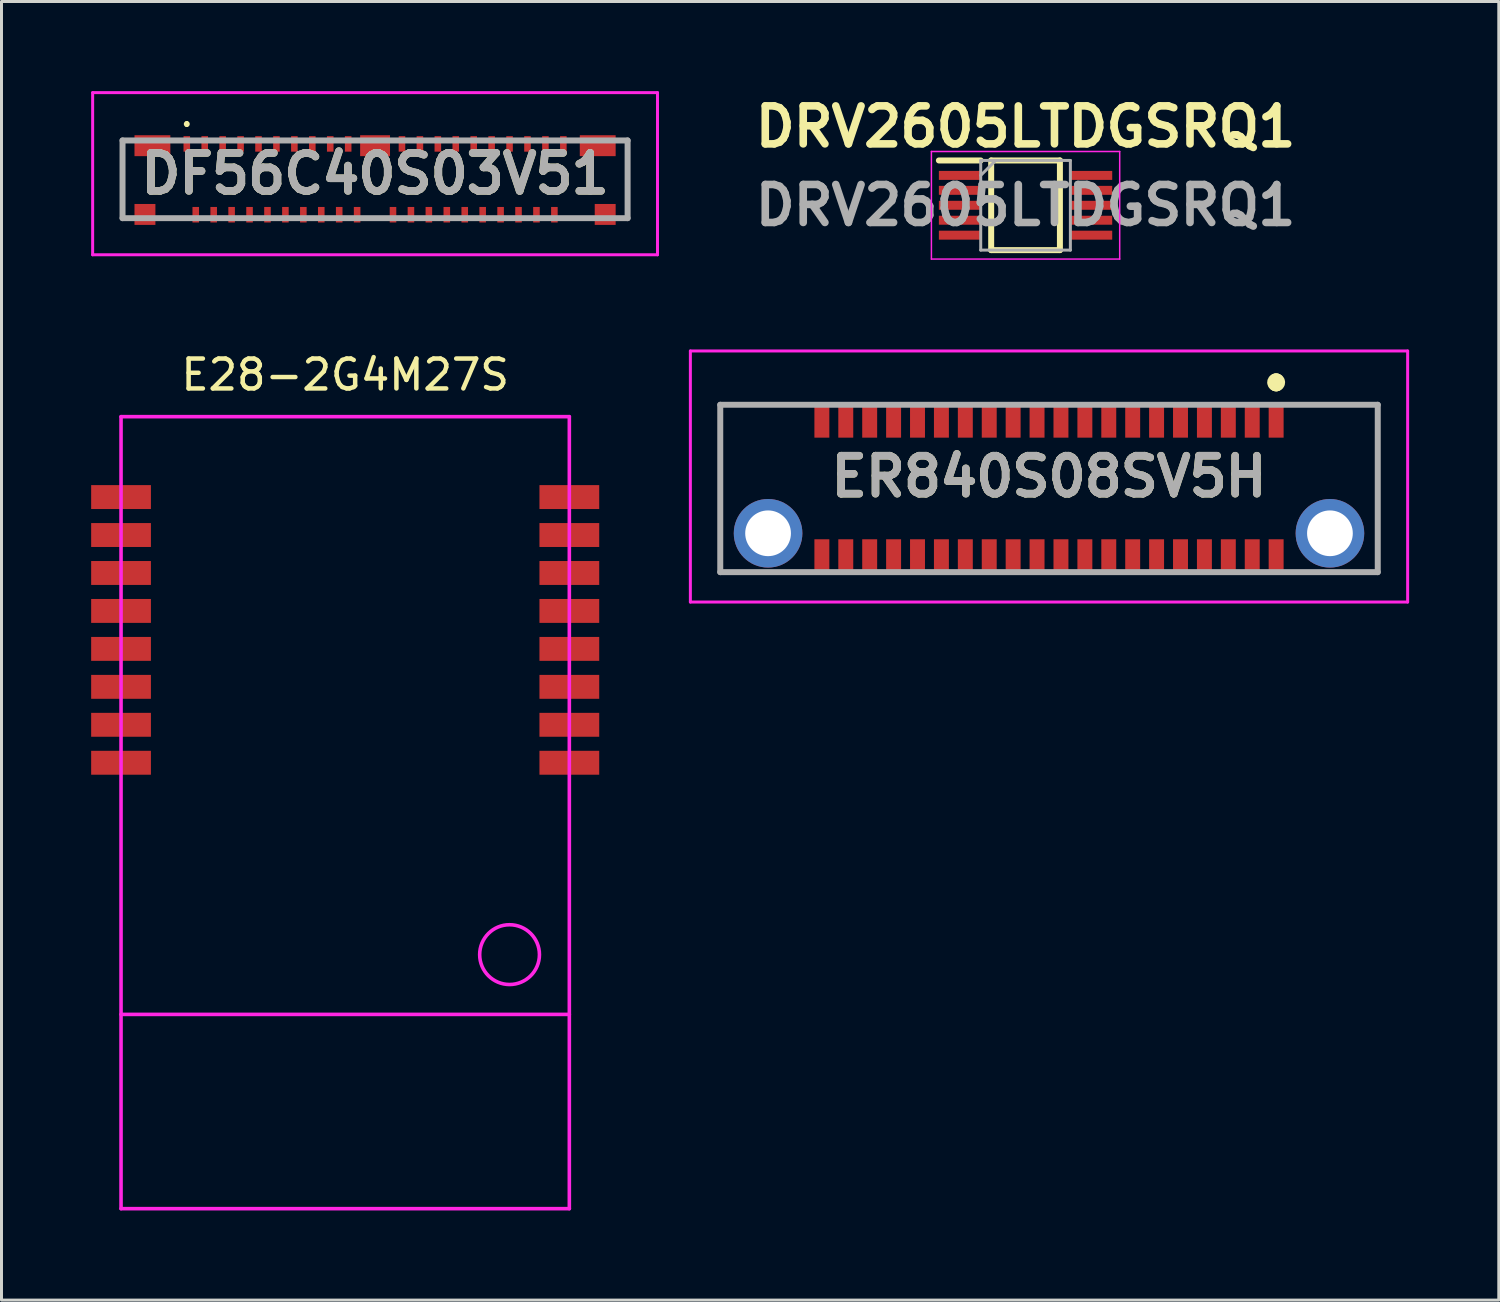
<source format=kicad_pcb>
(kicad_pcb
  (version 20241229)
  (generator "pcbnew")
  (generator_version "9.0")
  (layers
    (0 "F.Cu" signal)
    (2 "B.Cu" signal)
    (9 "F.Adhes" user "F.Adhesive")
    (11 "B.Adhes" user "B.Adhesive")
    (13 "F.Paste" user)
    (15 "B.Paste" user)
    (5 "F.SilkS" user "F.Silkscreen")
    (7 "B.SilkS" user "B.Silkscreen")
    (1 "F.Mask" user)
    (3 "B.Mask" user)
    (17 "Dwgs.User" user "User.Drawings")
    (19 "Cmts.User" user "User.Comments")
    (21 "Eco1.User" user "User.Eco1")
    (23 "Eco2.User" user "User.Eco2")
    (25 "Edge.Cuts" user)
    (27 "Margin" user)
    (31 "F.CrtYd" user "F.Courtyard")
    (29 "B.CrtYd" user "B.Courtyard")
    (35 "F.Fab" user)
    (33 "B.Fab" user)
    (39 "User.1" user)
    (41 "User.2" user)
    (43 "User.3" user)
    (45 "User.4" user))
  (footprint "DF56C40S03V51"
    (layer "F.Cu")
    (at 9.5 2.95)
    (property "Reference" "DF56C40S03V51" (at 0 -0.187 0) (layer "F.SilkS") (effects (font (size 1.27 1.27) (thickness 0.254))))
    (attr smd)
    (fp_line (start -8.45 -1.185) (end -8.45 1.3) (stroke (width 0.1) (type solid)) (layer "F.SilkS"))
    (fp_line (start -6.3 -1.9) (end -6.3 -1.9) (stroke (width 0.1) (type solid)) (layer "F.SilkS"))
    (fp_line (start -6.3 -1.8) (end -6.3 -1.8) (stroke (width 0.1) (type solid)) (layer "F.SilkS"))
    (fp_line (start 8.45 -1.3) (end 8.45 1.3) (stroke (width 0.1) (type solid)) (layer "F.SilkS"))
    (fp_arc (start -6.3 -1.9) (mid -6.25 -1.85) (end -6.3 -1.8) (stroke (width 0.1) (type solid)) (layer "F.SilkS"))
    (fp_arc (start -6.3 -1.8) (mid -6.35 -1.85) (end -6.3 -1.9) (stroke (width 0.1) (type solid)) (layer "F.SilkS"))
    (fp_line (start -9.45 -2.9) (end 9.45 -2.9) (stroke (width 0.1) (type solid)) (layer "F.CrtYd"))
    (fp_line (start -9.45 2.525) (end -9.45 -2.9) (stroke (width 0.1) (type solid)) (layer "F.CrtYd"))
    (fp_line (start 9.45 -2.9) (end 9.45 2.525) (stroke (width 0.1) (type solid)) (layer "F.CrtYd"))
    (fp_line (start 9.45 2.525) (end -9.45 2.525) (stroke (width 0.1) (type solid)) (layer "F.CrtYd"))
    (fp_line (start -8.45 -1.3) (end 8.45 -1.3) (stroke (width 0.2) (type solid)) (layer "F.Fab"))
    (fp_line (start -8.45 1.3) (end -8.45 -1.3) (stroke (width 0.2) (type solid)) (layer "F.Fab"))
    (fp_line (start 8.45 -1.3) (end 8.45 1.3) (stroke (width 0.2) (type solid)) (layer "F.Fab"))
    (fp_line (start 8.45 1.3) (end -8.45 1.3) (stroke (width 0.2) (type solid)) (layer "F.Fab"))
    (fp_text user "${REFERENCE}" (at 0 -0.187 0) (layer "F.Fab") (effects (font (size 1.27 1.27) (thickness 0.254))))
    (pad "1" smd rect (at -6.3 -1.185) (size 0.22 0.52) (layers "F.Cu" "F.Mask" "F.Paste"))
    (pad "2" smd rect (at -6 1.185) (size 0.22 0.52) (layers "F.Cu" "F.Mask" "F.Paste"))
    (pad "3" smd rect (at -5.7 -1.185) (size 0.22 0.52) (layers "F.Cu" "F.Mask" "F.Paste"))
    (pad "4" smd rect (at -5.4 1.185) (size 0.22 0.52) (layers "F.Cu" "F.Mask" "F.Paste"))
    (pad "5" smd rect (at -5.1 -1.185) (size 0.22 0.52) (layers "F.Cu" "F.Mask" "F.Paste"))
    (pad "6" smd rect (at -4.8 1.185) (size 0.22 0.52) (layers "F.Cu" "F.Mask" "F.Paste"))
    (pad "7" smd rect (at -4.5 -1.185) (size 0.22 0.52) (layers "F.Cu" "F.Mask" "F.Paste"))
    (pad "8" smd rect (at -4.2 1.185) (size 0.22 0.52) (layers "F.Cu" "F.Mask" "F.Paste"))
    (pad "9" smd rect (at -3.9 -1.185) (size 0.22 0.52) (layers "F.Cu" "F.Mask" "F.Paste"))
    (pad "10" smd rect (at -3.6 1.185) (size 0.22 0.52) (layers "F.Cu" "F.Mask" "F.Paste"))
    (pad "11" smd rect (at -3.3 -1.185) (size 0.22 0.52) (layers "F.Cu" "F.Mask" "F.Paste"))
    (pad "12" smd rect (at -3 1.185) (size 0.22 0.52) (layers "F.Cu" "F.Mask" "F.Paste"))
    (pad "13" smd rect (at -2.7 -1.185) (size 0.22 0.52) (layers "F.Cu" "F.Mask" "F.Paste"))
    (pad "14" smd rect (at -2.4 1.185) (size 0.22 0.52) (layers "F.Cu" "F.Mask" "F.Paste"))
    (pad "15" smd rect (at -2.1 -1.185) (size 0.22 0.52) (layers "F.Cu" "F.Mask" "F.Paste"))
    (pad "16" smd rect (at -1.8 1.185) (size 0.22 0.52) (layers "F.Cu" "F.Mask" "F.Paste"))
    (pad "17" smd rect (at -1.5 -1.185) (size 0.22 0.52) (layers "F.Cu" "F.Mask" "F.Paste"))
    (pad "18" smd rect (at -1.2 1.185) (size 0.22 0.52) (layers "F.Cu" "F.Mask" "F.Paste"))
    (pad "19" smd rect (at -0.9 -1.185) (size 0.22 0.52) (layers "F.Cu" "F.Mask" "F.Paste"))
    (pad "20" smd rect (at -0.6 1.185) (size 0.22 0.52) (layers "F.Cu" "F.Mask" "F.Paste"))
    (pad "21" smd rect (at 0.6 1.185) (size 0.22 0.52) (layers "F.Cu" "F.Mask" "F.Paste"))
    (pad "22" smd rect (at 0.9 -1.185) (size 0.22 0.52) (layers "F.Cu" "F.Mask" "F.Paste"))
    (pad "23" smd rect (at 1.2 1.185) (size 0.22 0.52) (layers "F.Cu" "F.Mask" "F.Paste"))
    (pad "24" smd rect (at 1.5 -1.185) (size 0.22 0.52) (layers "F.Cu" "F.Mask" "F.Paste"))
    (pad "25" smd rect (at 1.8 1.185) (size 0.22 0.52) (layers "F.Cu" "F.Mask" "F.Paste"))
    (pad "26" smd rect (at 2.1 -1.185) (size 0.22 0.52) (layers "F.Cu" "F.Mask" "F.Paste"))
    (pad "27" smd rect (at 2.4 1.185) (size 0.22 0.52) (layers "F.Cu" "F.Mask" "F.Paste"))
    (pad "28" smd rect (at 2.7 -1.185) (size 0.22 0.52) (layers "F.Cu" "F.Mask" "F.Paste"))
    (pad "29" smd rect (at 3 1.185) (size 0.22 0.52) (layers "F.Cu" "F.Mask" "F.Paste"))
    (pad "30" smd rect (at 3.3 -1.185) (size 0.22 0.52) (layers "F.Cu" "F.Mask" "F.Paste"))
    (pad "31" smd rect (at 3.6 1.185) (size 0.22 0.52) (layers "F.Cu" "F.Mask" "F.Paste"))
    (pad "32" smd rect (at 3.9 -1.185) (size 0.22 0.52) (layers "F.Cu" "F.Mask" "F.Paste"))
    (pad "33" smd rect (at 4.2 1.185) (size 0.22 0.52) (layers "F.Cu" "F.Mask" "F.Paste"))
    (pad "34" smd rect (at 4.5 -1.185) (size 0.22 0.52) (layers "F.Cu" "F.Mask" "F.Paste"))
    (pad "35" smd rect (at 4.8 1.185) (size 0.22 0.52) (layers "F.Cu" "F.Mask" "F.Paste"))
    (pad "36" smd rect (at 5.1 -1.185) (size 0.22 0.52) (layers "F.Cu" "F.Mask" "F.Paste"))
    (pad "37" smd rect (at 5.4 1.185) (size 0.22 0.52) (layers "F.Cu" "F.Mask" "F.Paste"))
    (pad "38" smd rect (at 5.7 -1.185) (size 0.22 0.52) (layers "F.Cu" "F.Mask" "F.Paste"))
    (pad "39" smd rect (at 6 1.185) (size 0.22 0.52) (layers "F.Cu" "F.Mask" "F.Paste"))
    (pad "40" smd rect (at 6.3 -1.185) (size 0.22 0.52) (layers "F.Cu" "F.Mask" "F.Paste"))
    (pad "MP1" smd rect (at -7.7 1.175) (size 0.7 0.7) (layers "F.Cu" "F.Mask" "F.Paste"))
    (pad "MP2" smd rect (at -7.45 -1.125 90) (size 0.7 1.2) (layers "F.Cu" "F.Mask" "F.Paste"))
    (pad "MP3" smd rect (at 7.7 1.175) (size 0.7 0.7) (layers "F.Cu" "F.Mask" "F.Paste"))
    (pad "MP4" smd rect (at 7.45 -1.125 90) (size 0.7 1.2) (layers "F.Cu" "F.Mask" "F.Paste"))
    (pad "MP5" smd rect (at 0 -1.125 90) (size 0.7 1) (layers "F.Cu" "F.Mask" "F.Paste")))
  (footprint "ER840S08SV5H"
    (layer "F.Cu")
    (at 32.05 12.894)
    (property "Reference" "ER840S08SV5H" (at 0 0 0) (layer "F.SilkS") (effects (font (size 1.27 1.27) (thickness 0.254))))
    (attr through_hole)
    (fp_line (start -11 -2.4) (end -11 3.2) (stroke (width 0.1) (type solid)) (layer "F.SilkS"))
    (fp_line (start -11 3.2) (end -8.5 3.2) (stroke (width 0.1) (type solid)) (layer "F.SilkS"))
    (fp_line (start -8.5 -2.4) (end -11 -2.4) (stroke (width 0.1) (type solid)) (layer "F.SilkS"))
    (fp_line (start 7.6 -3.2) (end 7.6 -3.2) (stroke (width 0.5) (type solid)) (layer "F.SilkS"))
    (fp_line (start 7.6 -3.1) (end 7.6 -3.1) (stroke (width 0.5) (type solid)) (layer "F.SilkS"))
    (fp_line (start 8 -2.4) (end 11 -2.4) (stroke (width 0.1) (type solid)) (layer "F.SilkS"))
    (fp_line (start 11 -2.4) (end 11 3.2) (stroke (width 0.1) (type solid)) (layer "F.SilkS"))
    (fp_line (start 11 3.2) (end 8 3.2) (stroke (width 0.1) (type solid)) (layer "F.SilkS"))
    (fp_arc (start 7.6 -3.2) (mid 7.65 -3.15) (end 7.6 -3.1) (stroke (width 0.5) (type solid)) (layer "F.SilkS"))
    (fp_arc (start 7.6 -3.1) (mid 7.55 -3.15) (end 7.6 -3.2) (stroke (width 0.5) (type solid)) (layer "F.SilkS"))
    (fp_line (start -12 -4.2) (end 12 -4.2) (stroke (width 0.1) (type solid)) (layer "F.CrtYd"))
    (fp_line (start -12 4.2) (end -12 -4.2) (stroke (width 0.1) (type solid)) (layer "F.CrtYd"))
    (fp_line (start 12 -4.2) (end 12 4.2) (stroke (width 0.1) (type solid)) (layer "F.CrtYd"))
    (fp_line (start 12 4.2) (end -12 4.2) (stroke (width 0.1) (type solid)) (layer "F.CrtYd"))
    (fp_line (start -11 -2.4) (end 11 -2.4) (stroke (width 0.2) (type solid)) (layer "F.Fab"))
    (fp_line (start -11 3.2) (end -11 -2.4) (stroke (width 0.2) (type solid)) (layer "F.Fab"))
    (fp_line (start 11 -2.4) (end 11 3.2) (stroke (width 0.2) (type solid)) (layer "F.Fab"))
    (fp_line (start 11 3.2) (end -11 3.2) (stroke (width 0.2) (type solid)) (layer "F.Fab"))
    (fp_text user "${REFERENCE}" (at 0 0 0) (layer "F.Fab") (effects (font (size 1.27 1.27) (thickness 0.254))))
    (pad "1" smd rect (at 7.6 -1.85) (size 0.5 1.1) (layers "F.Cu" "F.Mask" "F.Paste"))
    (pad "2" smd rect (at 6.8 -1.85) (size 0.5 1.1) (layers "F.Cu" "F.Mask" "F.Paste"))
    (pad "3" smd rect (at 6 -1.85) (size 0.5 1.1) (layers "F.Cu" "F.Mask" "F.Paste"))
    (pad "4" smd rect (at 5.2 -1.85) (size 0.5 1.1) (layers "F.Cu" "F.Mask" "F.Paste"))
    (pad "5" smd rect (at 4.4 -1.85) (size 0.5 1.1) (layers "F.Cu" "F.Mask" "F.Paste"))
    (pad "6" smd rect (at 3.6 -1.85) (size 0.5 1.1) (layers "F.Cu" "F.Mask" "F.Paste"))
    (pad "7" smd rect (at 2.8 -1.85) (size 0.5 1.1) (layers "F.Cu" "F.Mask" "F.Paste"))
    (pad "8" smd rect (at 2 -1.85) (size 0.5 1.1) (layers "F.Cu" "F.Mask" "F.Paste"))
    (pad "9" smd rect (at 1.2 -1.85) (size 0.5 1.1) (layers "F.Cu" "F.Mask" "F.Paste"))
    (pad "10" smd rect (at 0.4 -1.85) (size 0.5 1.1) (layers "F.Cu" "F.Mask" "F.Paste"))
    (pad "11" smd rect (at -0.4 -1.85) (size 0.5 1.1) (layers "F.Cu" "F.Mask" "F.Paste"))
    (pad "12" smd rect (at -1.2 -1.85) (size 0.5 1.1) (layers "F.Cu" "F.Mask" "F.Paste"))
    (pad "13" smd rect (at -2 -1.85) (size 0.5 1.1) (layers "F.Cu" "F.Mask" "F.Paste"))
    (pad "14" smd rect (at -2.8 -1.85) (size 0.5 1.1) (layers "F.Cu" "F.Mask" "F.Paste"))
    (pad "15" smd rect (at -3.6 -1.85) (size 0.5 1.1) (layers "F.Cu" "F.Mask" "F.Paste"))
    (pad "16" smd rect (at -4.4 -1.85) (size 0.5 1.1) (layers "F.Cu" "F.Mask" "F.Paste"))
    (pad "17" smd rect (at -5.2 -1.85) (size 0.5 1.1) (layers "F.Cu" "F.Mask" "F.Paste"))
    (pad "18" smd rect (at -6 -1.85) (size 0.5 1.1) (layers "F.Cu" "F.Mask" "F.Paste"))
    (pad "19" smd rect (at -6.8 -1.85) (size 0.5 1.1) (layers "F.Cu" "F.Mask" "F.Paste"))
    (pad "20" smd rect (at -7.6 -1.85) (size 0.5 1.1) (layers "F.Cu" "F.Mask" "F.Paste"))
    (pad "21" smd rect (at 7.6 2.65) (size 0.5 1.1) (layers "F.Cu" "F.Mask" "F.Paste"))
    (pad "22" smd rect (at 6.8 2.65) (size 0.5 1.1) (layers "F.Cu" "F.Mask" "F.Paste"))
    (pad "23" smd rect (at 6 2.65) (size 0.5 1.1) (layers "F.Cu" "F.Mask" "F.Paste"))
    (pad "24" smd rect (at 5.2 2.65) (size 0.5 1.1) (layers "F.Cu" "F.Mask" "F.Paste"))
    (pad "25" smd rect (at 4.4 2.65) (size 0.5 1.1) (layers "F.Cu" "F.Mask" "F.Paste"))
    (pad "26" smd rect (at 3.6 2.65) (size 0.5 1.1) (layers "F.Cu" "F.Mask" "F.Paste"))
    (pad "27" smd rect (at 2.8 2.65) (size 0.5 1.1) (layers "F.Cu" "F.Mask" "F.Paste"))
    (pad "28" smd rect (at 2 2.65) (size 0.5 1.1) (layers "F.Cu" "F.Mask" "F.Paste"))
    (pad "29" smd rect (at 1.2 2.65) (size 0.5 1.1) (layers "F.Cu" "F.Mask" "F.Paste"))
    (pad "30" smd rect (at 0.4 2.65) (size 0.5 1.1) (layers "F.Cu" "F.Mask" "F.Paste"))
    (pad "31" smd rect (at -0.4 2.65) (size 0.5 1.1) (layers "F.Cu" "F.Mask" "F.Paste"))
    (pad "32" smd rect (at -1.2 2.65) (size 0.5 1.1) (layers "F.Cu" "F.Mask" "F.Paste"))
    (pad "33" smd rect (at -2 2.65) (size 0.5 1.1) (layers "F.Cu" "F.Mask" "F.Paste"))
    (pad "34" smd rect (at -2.8 2.65) (size 0.5 1.1) (layers "F.Cu" "F.Mask" "F.Paste"))
    (pad "35" smd rect (at -3.6 2.65) (size 0.5 1.1) (layers "F.Cu" "F.Mask" "F.Paste"))
    (pad "36" smd rect (at -4.4 2.65) (size 0.5 1.1) (layers "F.Cu" "F.Mask" "F.Paste"))
    (pad "37" smd rect (at -5.2 2.65) (size 0.5 1.1) (layers "F.Cu" "F.Mask" "F.Paste"))
    (pad "38" smd rect (at -6 2.65) (size 0.5 1.1) (layers "F.Cu" "F.Mask" "F.Paste"))
    (pad "39" smd rect (at -6.8 2.65) (size 0.5 1.1) (layers "F.Cu" "F.Mask" "F.Paste"))
    (pad "40" smd rect (at -7.6 2.65) (size 0.5 1.1) (layers "F.Cu" "F.Mask" "F.Paste"))
    (pad "MH1" thru_hole circle (at -9.4 1.9) (size 2.295 2.295) (drill 1.53) (layers "*.Cu" "*.Mask"))
    (pad "MH2" thru_hole circle (at 9.4 1.9) (size 2.295 2.295) (drill 1.53) (layers "*.Cu" "*.Mask")))
  (footprint "E28-2G4M27S"
    (layer "F.Cu")
    (at 1 10.892)
    (property "Reference" "E28-2G4M27S" (at 7.5 -1.4 0) (layer "F.SilkS") (effects (font (size 1 1) (thickness 0.15))))
    (attr smd)
    (fp_line (start 0 0) (end 0 26.5) (stroke (width 0.12) (type solid)) (layer "F.CrtYd"))
    (fp_line (start 0 20) (end 15 20) (stroke (width 0.12) (type solid)) (layer "F.CrtYd"))
    (fp_line (start 0 26.5) (end 15 26.5) (stroke (width 0.12) (type solid)) (layer "F.CrtYd"))
    (fp_line (start 15 0) (end 0 0) (stroke (width 0.12) (type solid)) (layer "F.CrtYd"))
    (fp_line (start 15 26.5) (end 15 0) (stroke (width 0.12) (type solid)) (layer "F.CrtYd"))
    (fp_circle (center 13 18) (end 13 17) (stroke (width 0.12) (type solid)) (fill no) (layer "F.CrtYd"))
    (pad "1" smd rect (at 0 2.69 270) (size 0.8 2) (layers "F.Cu" "F.Mask" "F.Paste"))
    (pad "2" smd rect (at 0 3.96 270) (size 0.8 2) (layers "F.Cu" "F.Mask" "F.Paste"))
    (pad "3" smd rect (at 0 5.23 270) (size 0.8 2) (layers "F.Cu" "F.Mask" "F.Paste"))
    (pad "4" smd rect (at 0 6.5 270) (size 0.8 2) (layers "F.Cu" "F.Mask" "F.Paste"))
    (pad "5" smd rect (at 0 7.77 270) (size 0.8 2) (layers "F.Cu" "F.Mask" "F.Paste"))
    (pad "6" smd rect (at 0 9.04 270) (size 0.8 2) (layers "F.Cu" "F.Mask" "F.Paste"))
    (pad "7" smd rect (at 0 10.31 270) (size 0.8 2) (layers "F.Cu" "F.Mask" "F.Paste"))
    (pad "8" smd rect (at 0 11.58 270) (size 0.8 2) (layers "F.Cu" "F.Mask" "F.Paste"))
    (pad "9" smd rect (at 15 11.58 270) (size 0.8 2) (layers "F.Cu" "F.Mask" "F.Paste"))
    (pad "10" smd rect (at 15 10.31 270) (size 0.8 2) (layers "F.Cu" "F.Mask" "F.Paste"))
    (pad "11" smd rect (at 15 9.04 270) (size 0.8 2) (layers "F.Cu" "F.Mask" "F.Paste"))
    (pad "12" smd rect (at 15 7.77 270) (size 0.8 2) (layers "F.Cu" "F.Mask" "F.Paste"))
    (pad "13" smd rect (at 15 6.5 270) (size 0.8 2) (layers "F.Cu" "F.Mask" "F.Paste"))
    (pad "14" smd rect (at 15 5.23 270) (size 0.8 2) (layers "F.Cu" "F.Mask" "F.Paste"))
    (pad "15" smd rect (at 15 3.96 270) (size 0.8 2) (layers "F.Cu" "F.Mask" "F.Paste"))
    (pad "16" smd rect (at 15 2.69 270) (size 0.8 2) (layers "F.Cu" "F.Mask" "F.Paste")))
  (footprint "DRV2605LTDGSRQ1"
    (layer "F.Cu")
    (at 31.265 3.819)
    (property "Reference" "DRV2605LTDGSRQ1" (at 0 -2.63 0) (layer "F.SilkS") (effects (font (size 1.27 1.27) (thickness 0.254))))
    (attr smd)
    (fp_line (start -2.9 -1.5) (end -1.5 -1.5) (stroke (width 0.2) (type solid)) (layer "F.SilkS"))
    (fp_line (start -1.15 -1.5) (end 1.15 -1.5) (stroke (width 0.2) (type solid)) (layer "F.SilkS"))
    (fp_line (start -1.15 1.5) (end -1.15 -1.5) (stroke (width 0.2) (type solid)) (layer "F.SilkS"))
    (fp_line (start 1.15 -1.5) (end 1.15 1.5) (stroke (width 0.2) (type solid)) (layer "F.SilkS"))
    (fp_line (start 1.15 1.5) (end -1.15 1.5) (stroke (width 0.2) (type solid)) (layer "F.SilkS"))
    (fp_line (start -3.15 -1.8) (end 3.15 -1.8) (stroke (width 0.05) (type solid)) (layer "F.CrtYd"))
    (fp_line (start -3.15 1.8) (end -3.15 -1.8) (stroke (width 0.05) (type solid)) (layer "F.CrtYd"))
    (fp_line (start 3.15 -1.8) (end 3.15 1.8) (stroke (width 0.05) (type solid)) (layer "F.CrtYd"))
    (fp_line (start 3.15 1.8) (end -3.15 1.8) (stroke (width 0.05) (type solid)) (layer "F.CrtYd"))
    (fp_line (start -1.5 -1.5) (end 1.5 -1.5) (stroke (width 0.1) (type solid)) (layer "F.Fab"))
    (fp_line (start -1.5 -1) (end -1 -1.5) (stroke (width 0.1) (type solid)) (layer "F.Fab"))
    (fp_line (start -1.5 1.5) (end -1.5 -1.5) (stroke (width 0.1) (type solid)) (layer "F.Fab"))
    (fp_line (start 1.5 -1.5) (end 1.5 1.5) (stroke (width 0.1) (type solid)) (layer "F.Fab"))
    (fp_line (start 1.5 1.5) (end -1.5 1.5) (stroke (width 0.1) (type solid)) (layer "F.Fab"))
    (fp_text user "${REFERENCE}" (at 0 0 0) (layer "F.Fab") (effects (font (size 1.27 1.27) (thickness 0.254))))
    (pad "1" smd rect (at -2.2 -1 90) (size 0.3 1.4) (layers "F.Cu" "F.Mask" "F.Paste"))
    (pad "2" smd rect (at -2.2 -0.5 90) (size 0.3 1.4) (layers "F.Cu" "F.Mask" "F.Paste"))
    (pad "3" smd rect (at -2.2 0 90) (size 0.3 1.4) (layers "F.Cu" "F.Mask" "F.Paste"))
    (pad "4" smd rect (at -2.2 0.5 90) (size 0.3 1.4) (layers "F.Cu" "F.Mask" "F.Paste"))
    (pad "5" smd rect (at -2.2 1 90) (size 0.3 1.4) (layers "F.Cu" "F.Mask" "F.Paste"))
    (pad "6" smd rect (at 2.2 1 90) (size 0.3 1.4) (layers "F.Cu" "F.Mask" "F.Paste"))
    (pad "7" smd rect (at 2.2 0.5 90) (size 0.3 1.4) (layers "F.Cu" "F.Mask" "F.Paste"))
    (pad "8" smd rect (at 2.2 0 90) (size 0.3 1.4) (layers "F.Cu" "F.Mask" "F.Paste"))
    (pad "9" smd rect (at 2.2 -0.5 90) (size 0.3 1.4) (layers "F.Cu" "F.Mask" "F.Paste"))
    (pad "10" smd rect (at 2.2 -1 90) (size 0.3 1.4) (layers "F.Cu" "F.Mask" "F.Paste")))
  (gr_rect
    (start -3 -3)
    (end 47.1 40.452)
    (stroke (width 0.1) (type default))
    (fill no)
    (layer "Edge.Cuts")))
</source>
